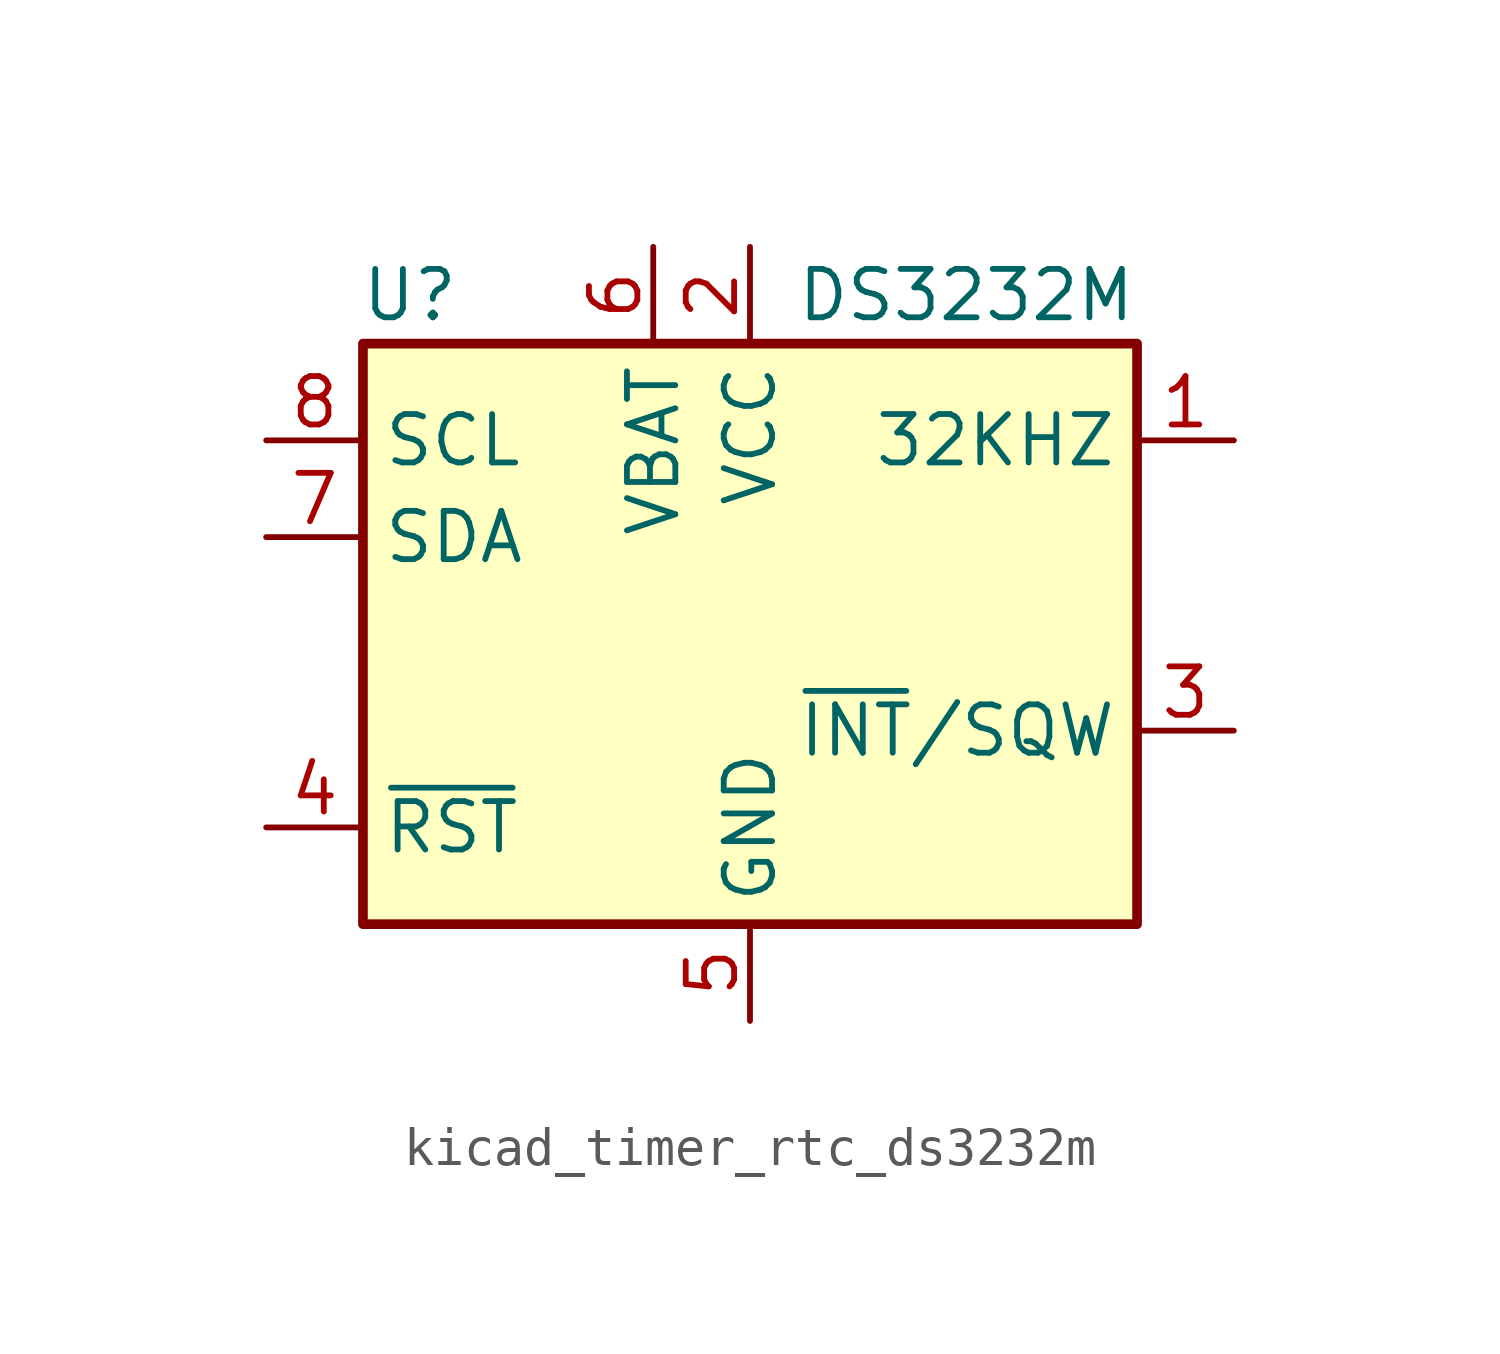
<source format=kicad_sym>
(kicad_symbol_lib
  (version 20220914)
  (generator kicad_symbol_editor)
  (symbol "kicad_timer_rtc_ds3232m"
    (property "Reference" "U"
      (at -7.62 8.89 0)
      (effects (font (size 1.27 1.27)) (justify right)))
    (property "Value" "DS3232M"
      (at 10.16 8.89 0)
      (effects (font (size 1.27 1.27)) (justify right)))
    (symbol "kicad_timer_rtc_ds3232m_0_1"
      (rectangle (start -10.16 7.62) (end 10.16 -7.62) (stroke (width 0.254) (type default)) (fill (type background))))
    (symbol "kicad_timer_rtc_ds3232m_1_1"
      (pin output line (at 12.7 5.08 180) (length 2.54) (name "32KHZ" (effects (font (size 1.27 1.27)))) (number "1" (effects (font (size 1.27 1.27)))))
      (pin power_in line (at 0 10.16 270) (length 2.54) (name "VCC" (effects (font (size 1.27 1.27)))) (number "2" (effects (font (size 1.27 1.27)))))
      (pin open_collector line (at 12.7 -2.54 180) (length 2.54) (name "~{INT}/SQW" (effects (font (size 1.27 1.27)))) (number "3" (effects (font (size 1.27 1.27)))))
      (pin bidirectional line (at -12.7 -5.08 0) (length 2.54) (name "~{RST}" (effects (font (size 1.27 1.27)))) (number "4" (effects (font (size 1.27 1.27)))))
      (pin power_in line (at 0 -10.16 90) (length 2.54) (name "GND" (effects (font (size 1.27 1.27)))) (number "5" (effects (font (size 1.27 1.27)))))
      (pin power_in line (at -2.54 10.16 270) (length 2.54) (name "VBAT" (effects (font (size 1.27 1.27)))) (number "6" (effects (font (size 1.27 1.27)))))
      (pin bidirectional line (at -12.7 2.54 0) (length 2.54) (name "SDA" (effects (font (size 1.27 1.27)))) (number "7" (effects (font (size 1.27 1.27)))))
      (pin input line (at -12.7 5.08 0) (length 2.54) (name "SCL" (effects (font (size 1.27 1.27)))) (number "8" (effects (font (size 1.27 1.27))))))))
</source>
